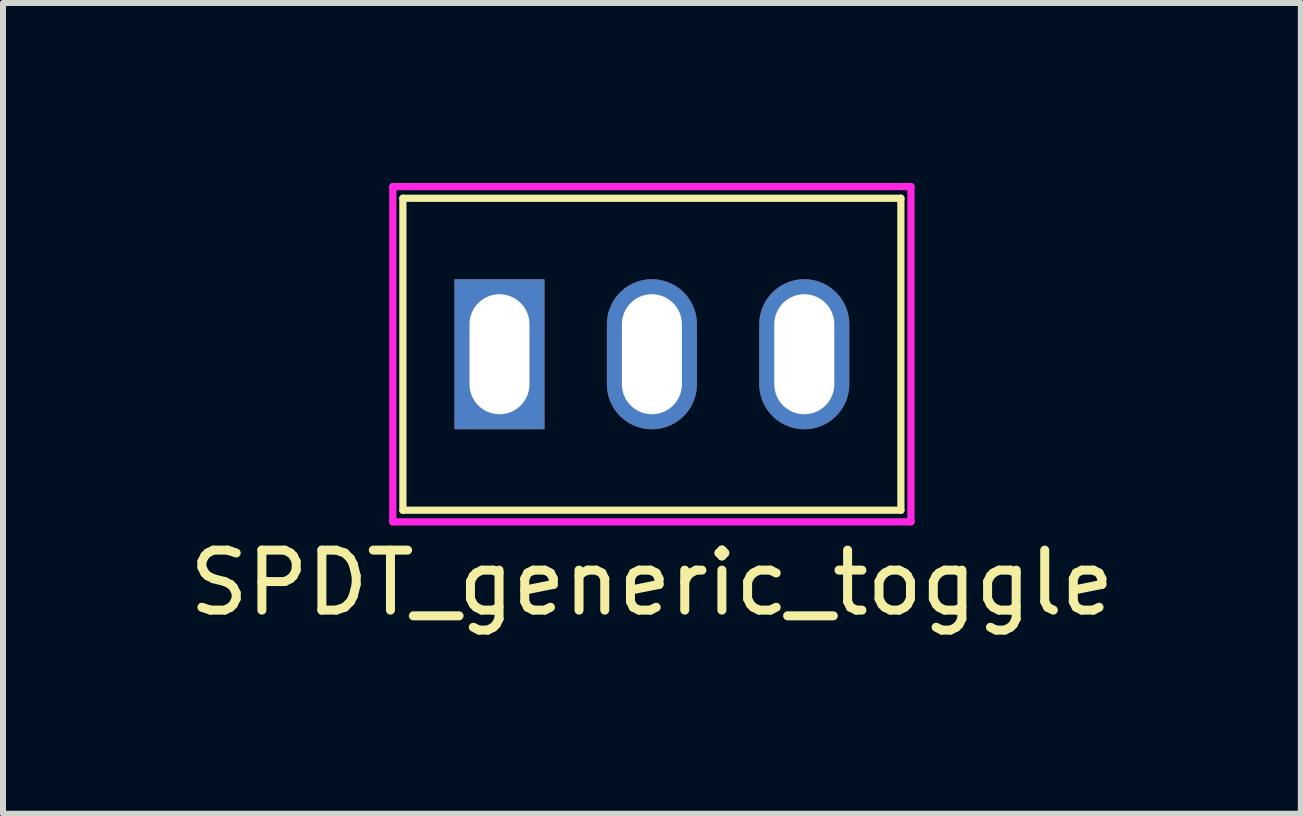
<source format=kicad_pcb>
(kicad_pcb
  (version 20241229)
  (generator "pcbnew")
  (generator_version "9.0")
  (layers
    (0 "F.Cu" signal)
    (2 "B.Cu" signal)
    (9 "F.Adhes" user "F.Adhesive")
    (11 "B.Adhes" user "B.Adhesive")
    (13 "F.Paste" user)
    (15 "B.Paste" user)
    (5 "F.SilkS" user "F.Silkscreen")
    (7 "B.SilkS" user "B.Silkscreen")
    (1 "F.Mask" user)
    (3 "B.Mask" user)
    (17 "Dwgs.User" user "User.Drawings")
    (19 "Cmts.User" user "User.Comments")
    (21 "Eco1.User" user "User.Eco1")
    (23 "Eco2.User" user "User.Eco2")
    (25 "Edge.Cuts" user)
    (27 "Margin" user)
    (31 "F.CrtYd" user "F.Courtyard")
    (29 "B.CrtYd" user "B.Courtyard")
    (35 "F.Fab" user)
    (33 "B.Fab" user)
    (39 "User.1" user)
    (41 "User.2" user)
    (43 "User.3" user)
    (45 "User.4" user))
  (footprint "SPDT_generic_toggle"
    (layer "F.Cu")
    (at 7.815 2.854)
    (property "Reference" "SPDT_generic_toggle" (at 0 3.81 0) (layer "F.SilkS") (effects (font (size 1 1) (thickness 0.15))))
    (attr through_hole)
    (fp_line (start -4.15 -2.6) (end 4.15 -2.6) (stroke (width 0.12) (type solid)) (layer "F.SilkS"))
    (fp_line (start -4.15 2.6) (end -4.15 -2.6) (stroke (width 0.12) (type solid)) (layer "F.SilkS"))
    (fp_line (start 4.15 -2.6) (end 4.15 2.6) (stroke (width 0.12) (type solid)) (layer "F.SilkS"))
    (fp_line (start 4.15 2.6) (end -4.15 2.6) (stroke (width 0.12) (type solid)) (layer "F.SilkS"))
    (fp_line (start -4.318 -2.794) (end 4.318 -2.794) (stroke (width 0.12) (type solid)) (layer "F.CrtYd"))
    (fp_line (start -4.318 2.794) (end -4.318 -2.794) (stroke (width 0.12) (type solid)) (layer "F.CrtYd"))
    (fp_line (start 4.318 -2.794) (end 4.318 2.794) (stroke (width 0.12) (type solid)) (layer "F.CrtYd"))
    (fp_line (start 4.318 2.794) (end -4.318 2.794) (stroke (width 0.12) (type solid)) (layer "F.CrtYd"))
    (pad "1" thru_hole rect (at -2.54 0) (size 1.5 2.5) (drill oval 1 2) (layers "*.Cu" "*.Mask"))
    (pad "2" thru_hole oval (at 0 0) (size 1.5 2.5) (drill oval 1 2) (layers "*.Cu" "*.Mask"))
    (pad "3" thru_hole oval (at 2.54 0) (size 1.5 2.5) (drill oval 1 2) (layers "*.Cu" "*.Mask")))
  (gr_rect
    (start -3 -3)
    (end 18.631 10.512)
    (stroke (width 0.1) (type default))
    (fill no)
    (layer "Edge.Cuts")))
</source>
